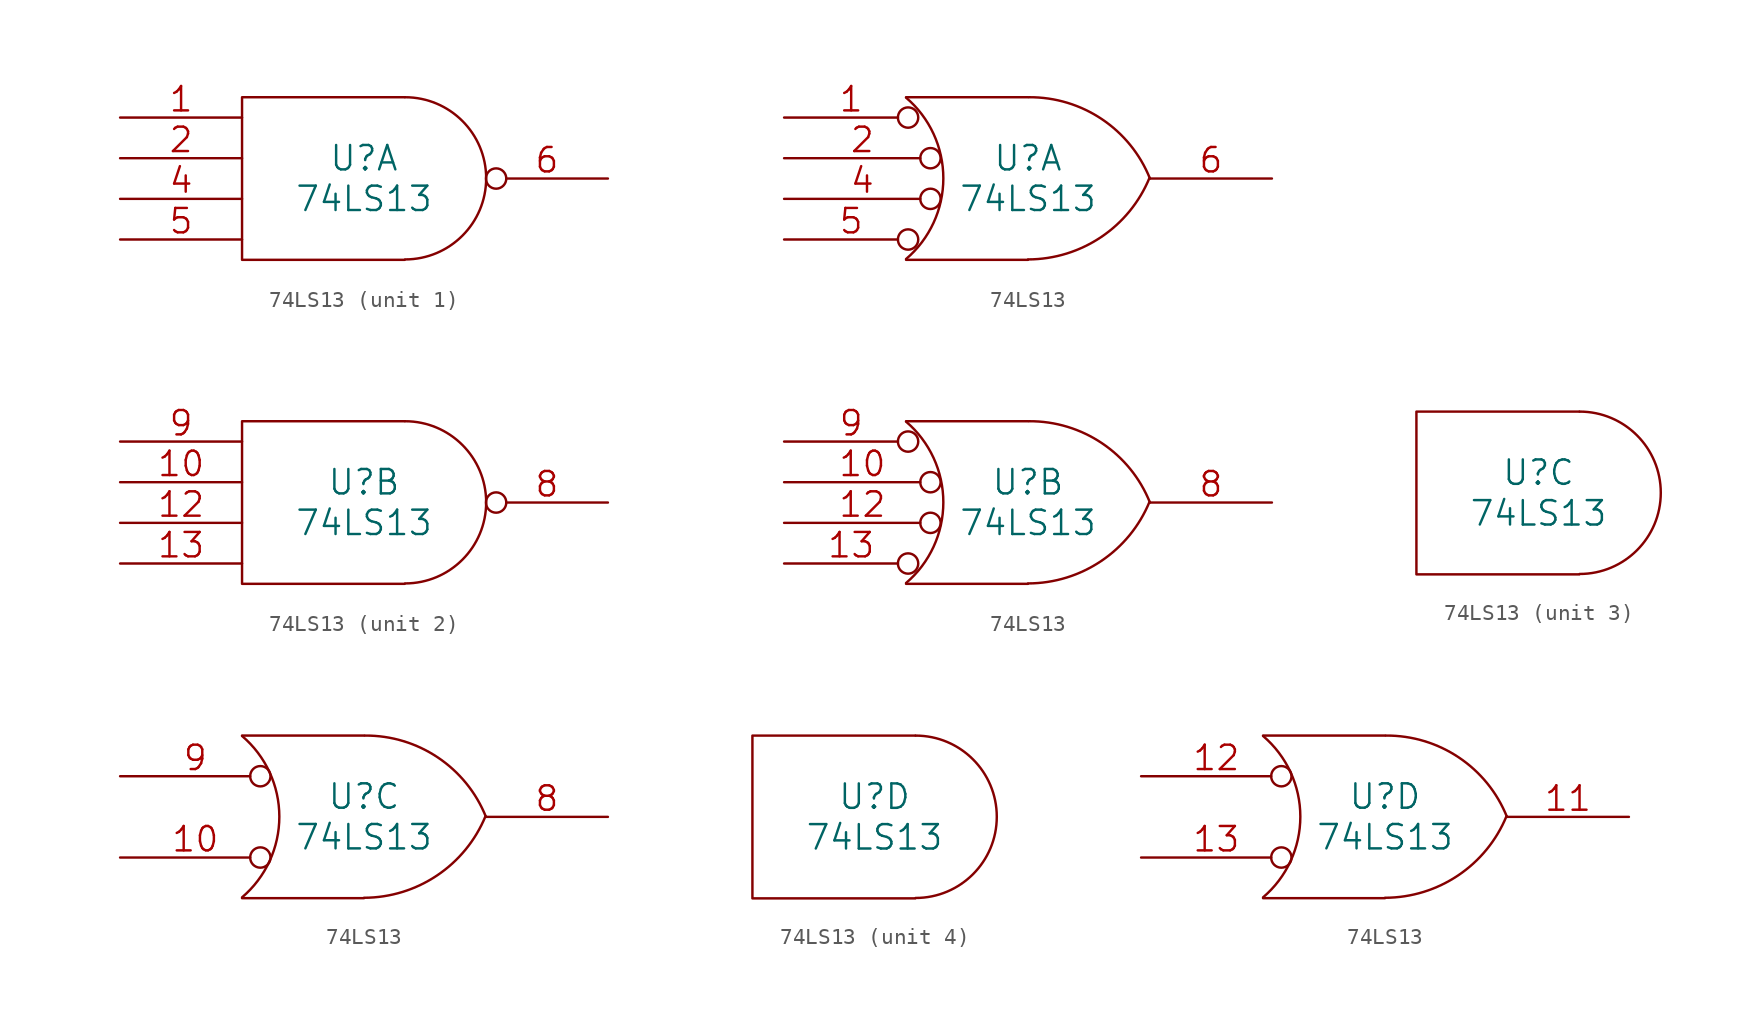
<source format=kicad_sym>
(kicad_symbol_lib
  (version 20241209)
  (generator "kicad_symbol_editor")
  (generator_version "9.0")
  (symbol "74LS13"
    (pin_names
      (offset 0.762))
    (property "Reference" "U"
      (at 0 1.27 0)
      (effects (font (size 1.524 1.524))))
    (property "Value" "74LS13"
      (at 0 -1.27 0)
      (effects (font (size 1.524 1.524))))
    (property "Footprint" ""
      (at 0 0 0)
      (effects (font (size 1.524 1.524))))
    (property "Datasheet" ""
      (at 0 0 0)
      (effects (font (size 1.524 1.524))))
    (symbol "74LS13_0_0"
      (pin power_in line (at -5.08 5.08 90) (length 0) (hide yes) (name "VCC" (effects (font (size 1.016 1.016)))) (number "14" (effects (font (size 1.016 1.016)))))
      (pin power_in line (at -5.08 -5.08 90) (length 0) (hide yes) (name "GND" (effects (font (size 1.016 1.016)))) (number "7" (effects (font (size 1.016 1.016))))))
    (symbol "74LS13_0_1"
      (polyline (pts (xy 2.54 5.08) (xy -7.62 5.08) (xy -7.62 -5.08) (xy 2.54 -5.08)) (stroke (width 0) (type solid)) (fill (type none)))
      (arc (start 2.5654 5.08) (mid 7.6201 0.0001) (end 2.5654 -5.0546) (stroke (width 0) (type solid)) (fill (type none))))
    (symbol "74LS13_0_2"
      (arc (start -7.62 5.0546) (mid -5.2901 0.0083) (end -7.62 -5.0292) (stroke (width 0) (type solid)) (fill (type none)))
      (polyline (pts (xy -7.62 5.08) (xy 0 5.08)) (stroke (width 0) (type solid)) (fill (type none)))
      (polyline (pts (xy -7.62 -5.08) (xy 0 -5.08)) (stroke (width 0) (type solid)) (fill (type none)))
      (arc (start 7.5946 0.0508) (mid 4.5708 -3.6562) (end 0 -5.0546) (stroke (width 0) (type solid)) (fill (type none)))
      (arc (start 0.0508 5.08) (mid 4.6217 3.7074) (end 7.62 0) (stroke (width 0) (type solid)) (fill (type none))))
    (symbol "74LS13_1_1"
      (pin input line (at -15.24 3.81 0) (length 7.62) (name "~" (effects (font (size 1.524 1.524)))) (number "1" (effects (font (size 1.524 1.524)))))
      (pin input line (at -15.24 1.27 0) (length 7.62) (name "~" (effects (font (size 1.524 1.524)))) (number "2" (effects (font (size 1.524 1.524)))))
      (pin input line (at -15.24 -1.27 0) (length 7.62) (name "~" (effects (font (size 1.524 1.524)))) (number "4" (effects (font (size 1.524 1.524)))))
      (pin input line (at -15.24 -3.81 0) (length 7.62) (name "~" (effects (font (size 1.524 1.524)))) (number "5" (effects (font (size 1.524 1.524)))))
      (pin output inverted (at 15.24 0 180) (length 7.62) (name "~" (effects (font (size 1.524 1.524)))) (number "6" (effects (font (size 1.524 1.524))))))
    (symbol "74LS13_1_2"
      (pin input inverted (at -15.24 3.81 0) (length 8.382) (name "~" (effects (font (size 1.524 1.524)))) (number "1" (effects (font (size 1.524 1.524)))))
      (pin input inverted (at -15.24 1.27 0) (length 9.779) (name "~" (effects (font (size 1.524 1.524)))) (number "2" (effects (font (size 1.524 1.524)))))
      (pin input inverted (at -15.24 -1.27 0) (length 9.779) (name "~" (effects (font (size 1.524 1.524)))) (number "4" (effects (font (size 1.524 1.524)))))
      (pin input inverted (at -15.24 -3.81 0) (length 8.382) (name "~" (effects (font (size 1.524 1.524)))) (number "5" (effects (font (size 1.524 1.524)))))
      (pin output line (at 15.24 0 180) (length 7.62) (name "~" (effects (font (size 1.524 1.524)))) (number "6" (effects (font (size 1.524 1.524))))))
    (symbol "74LS13_2_1"
      (pin input line (at -15.24 3.81 0) (length 7.62) (name "~" (effects (font (size 1.524 1.524)))) (number "9" (effects (font (size 1.524 1.524)))))
      (pin input line (at -15.24 1.27 0) (length 7.62) (name "~" (effects (font (size 1.524 1.524)))) (number "10" (effects (font (size 1.524 1.524)))))
      (pin input line (at -15.24 -1.27 0) (length 7.62) (name "~" (effects (font (size 1.524 1.524)))) (number "12" (effects (font (size 1.524 1.524)))))
      (pin input line (at -15.24 -3.81 0) (length 7.62) (name "~" (effects (font (size 1.524 1.524)))) (number "13" (effects (font (size 1.524 1.524)))))
      (pin output inverted (at 15.24 0 180) (length 7.62) (name "~" (effects (font (size 1.524 1.524)))) (number "8" (effects (font (size 1.524 1.524))))))
    (symbol "74LS13_2_2"
      (pin input inverted (at -15.24 3.81 0) (length 8.382) (name "~" (effects (font (size 1.524 1.524)))) (number "9" (effects (font (size 1.524 1.524)))))
      (pin input inverted (at -15.24 1.27 0) (length 9.779) (name "~" (effects (font (size 1.524 1.524)))) (number "10" (effects (font (size 1.524 1.524)))))
      (pin input inverted (at -15.24 -1.27 0) (length 9.779) (name "~" (effects (font (size 1.524 1.524)))) (number "12" (effects (font (size 1.524 1.524)))))
      (pin input inverted (at -15.24 -3.81 0) (length 8.382) (name "~" (effects (font (size 1.524 1.524)))) (number "13" (effects (font (size 1.524 1.524)))))
      (pin output line (at 15.24 0 180) (length 7.62) (name "~" (effects (font (size 1.524 1.524)))) (number "8" (effects (font (size 1.524 1.524))))))
    (symbol "74LS13_3_2"
      (pin input inverted (at -15.24 2.54 0) (length 9.398) (name "~" (effects (font (size 1.524 1.524)))) (number "9" (effects (font (size 1.524 1.524)))))
      (pin input inverted (at -15.24 -2.54 0) (length 9.398) (name "~" (effects (font (size 1.524 1.524)))) (number "10" (effects (font (size 1.524 1.524)))))
      (pin output line (at 15.24 0 180) (length 7.62) (name "~" (effects (font (size 1.524 1.524)))) (number "8" (effects (font (size 1.524 1.524))))))
    (symbol "74LS13_4_2"
      (pin input inverted (at -15.24 2.54 0) (length 9.398) (name "~" (effects (font (size 1.524 1.524)))) (number "12" (effects (font (size 1.524 1.524)))))
      (pin input inverted (at -15.24 -2.54 0) (length 9.398) (name "~" (effects (font (size 1.524 1.524)))) (number "13" (effects (font (size 1.524 1.524)))))
      (pin output line (at 15.24 0 180) (length 7.62) (name "~" (effects (font (size 1.524 1.524)))) (number "11" (effects (font (size 1.524 1.524))))))))
</source>
